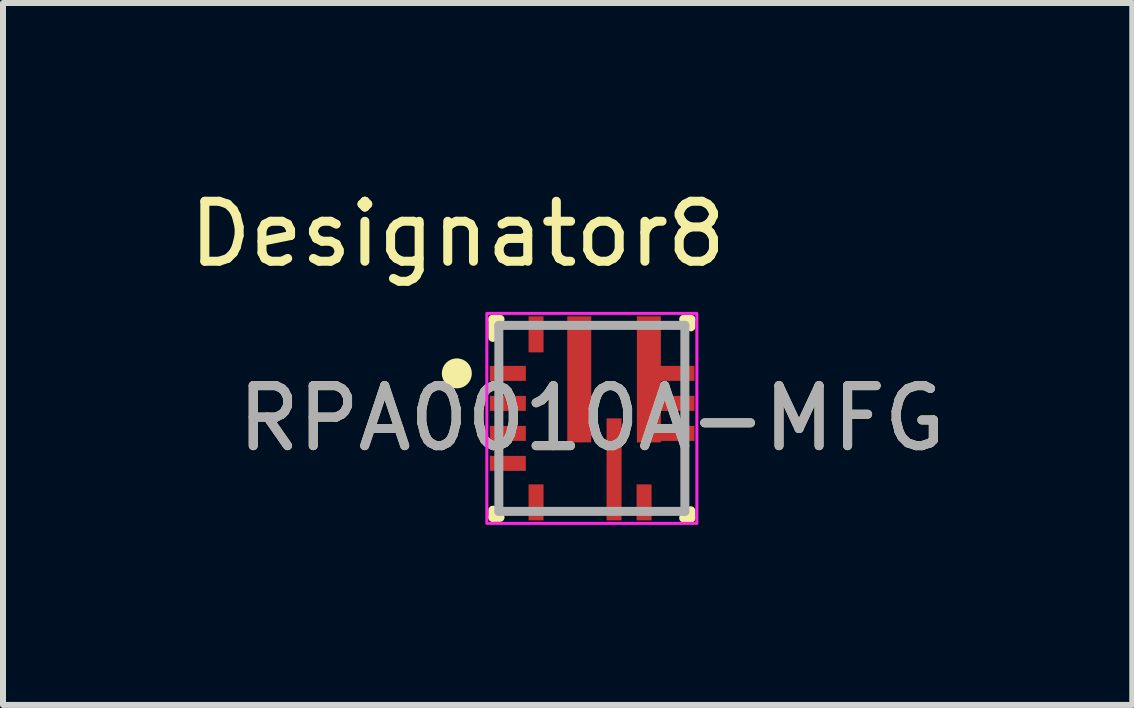
<source format=kicad_pcb>
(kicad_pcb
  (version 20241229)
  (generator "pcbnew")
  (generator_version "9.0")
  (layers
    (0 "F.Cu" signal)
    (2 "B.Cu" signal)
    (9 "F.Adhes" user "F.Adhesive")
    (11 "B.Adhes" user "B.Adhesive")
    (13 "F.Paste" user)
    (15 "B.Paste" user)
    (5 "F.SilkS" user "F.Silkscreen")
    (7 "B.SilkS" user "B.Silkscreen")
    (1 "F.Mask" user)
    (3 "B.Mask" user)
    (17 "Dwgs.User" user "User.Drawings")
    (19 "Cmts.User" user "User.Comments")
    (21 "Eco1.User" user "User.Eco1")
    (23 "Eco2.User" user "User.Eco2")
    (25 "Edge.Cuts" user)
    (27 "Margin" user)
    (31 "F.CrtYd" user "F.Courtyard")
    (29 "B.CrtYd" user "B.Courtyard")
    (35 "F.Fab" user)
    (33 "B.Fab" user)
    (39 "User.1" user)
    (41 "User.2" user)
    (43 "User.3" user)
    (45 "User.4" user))
  (footprint "RPA0010A-MFG"
    (layer "F.Cu")
    (at 6.813 3.922)
    (property "Reference" "RPA0010A-MFG" (at 0 0 0) (unlocked yes) (layer "F.SilkS") (effects (font (size 1 1) (thickness 0.15))))
    (attr smd)
    (fp_line (start -1.65 -1.65) (end -1.53 -1.65) (stroke (width 0.15) (type solid)) (layer "F.SilkS"))
    (fp_line (start -1.65 -1.35) (end -1.65 -1.65) (stroke (width 0.15) (type solid)) (layer "F.SilkS"))
    (fp_line (start -1.65 1.65) (end -1.65 1.53) (stroke (width 0.15) (type solid)) (layer "F.SilkS"))
    (fp_line (start -1.65 1.65) (end -1.53 1.65) (stroke (width 0.15) (type solid)) (layer "F.SilkS"))
    (fp_line (start 1.53 -1.65) (end 1.65 -1.65) (stroke (width 0.15) (type solid)) (layer "F.SilkS"))
    (fp_line (start 1.53 1.66) (end 1.65 1.66) (stroke (width 0.15) (type solid)) (layer "F.SilkS"))
    (fp_line (start 1.65 -1.525) (end 1.65 -1.645) (stroke (width 0.15) (type solid)) (layer "F.SilkS"))
    (fp_line (start 1.65 1.66) (end 1.65 1.54) (stroke (width 0.15) (type solid)) (layer "F.SilkS"))
    (fp_circle (center -2.25 -0.75) (end -2.125 -0.75) (stroke (width 0.25) (type solid)) (fill no) (layer "F.SilkS"))
    (fp_poly (pts (xy -0.41 0.345) (xy -0.41 -0.505) (xy -0.36 -0.555) (xy -0.06 -0.555) (xy -0.01 -0.505) (xy -0.01 0.345) (xy -0.06 0.395) (xy -0.36 0.395)) (stroke (width 0) (type solid)) (fill yes) (layer "F.Paste"))
    (fp_poly (pts (xy -0.36 -1.705) (xy -0.06 -1.705) (xy -0.01 -1.655) (xy -0.01 -0.805) (xy -0.06 -0.755) (xy -0.36 -0.755) (xy -0.41 -0.805) (xy -0.41 -1.655)) (stroke (width 0) (type solid)) (fill yes) (layer "F.Paste"))
    (fp_poly (pts (xy 0.245 1.655) (xy 0.245 1.005) (xy 0.295 0.955) (xy 0.445 0.955) (xy 0.495 1.005) (xy 0.495 1.655) (xy 0.445 1.705) (xy 0.295 1.705)) (stroke (width 0) (type solid)) (fill yes) (layer "F.Paste"))
    (fp_poly (pts (xy 0.445 0.005) (xy 0.495 0.055) (xy 0.495 0.705) (xy 0.445 0.755) (xy 0.295 0.755) (xy 0.245 0.705) (xy 0.245 0.055) (xy 0.295 0.005)) (stroke (width 0) (type solid)) (fill yes) (layer "F.Paste"))
    (fp_poly (pts (xy 0.75 0.345) (xy 0.75 -0.505) (xy 0.8 -0.555) (xy 1.1 -0.555) (xy 1.15 -0.505) (xy 1.15 0.345) (xy 1.1 0.395) (xy 0.8 0.395)) (stroke (width 0) (type solid)) (fill yes) (layer "F.Paste"))
    (fp_poly (pts (xy 0.8 -1.705) (xy 1.1 -1.705) (xy 1.15 -1.655) (xy 1.15 -0.805) (xy 1.1 -0.755) (xy 0.8 -0.755) (xy 0.75 -0.805) (xy 0.75 -1.655)) (stroke (width 0) (type solid)) (fill yes) (layer "F.Paste"))
    (fp_rect (start -1.75 -1.75) (end 1.75 1.75) (stroke (width 0.05) (type default)) (fill no) (layer "F.CrtYd"))
    (fp_line (start -1.55 -1.55) (end 1.55 -1.55) (stroke (width 0.15) (type solid)) (layer "F.Fab"))
    (fp_line (start -1.55 1.55) (end -1.55 -1.55) (stroke (width 0.15) (type solid)) (layer "F.Fab"))
    (fp_line (start -1.55 1.55) (end 1.55 1.55) (stroke (width 0.15) (type solid)) (layer "F.Fab"))
    (fp_line (start 1.55 1.55) (end 1.55 -1.55) (stroke (width 0.15) (type solid)) (layer "F.Fab"))
    (fp_text user "Designator8" (at -2.235 -3.073 0) (unlocked yes) (layer "F.SilkS") (effects (font (size 1 1) (thickness 0.15))))
    (fp_text user "${REFERENCE}" (at 0 0 0) (unlocked yes) (layer "F.Fab") (effects (font (size 1 1) (thickness 0.15))))
    (pad "1" smd rect (at -1.4 -0.75) (size 0.6 0.25) (layers "F.Cu" "F.Mask" "F.Paste"))
    (pad "2" smd rect (at -1.4 -0.25) (size 0.6 0.25) (layers "F.Cu" "F.Mask" "F.Paste"))
    (pad "3" smd rect (at -1.4 0.25) (size 0.6 0.25) (layers "F.Cu" "F.Mask" "F.Paste"))
    (pad "4" smd rect (at -1.4 0.75) (size 0.6 0.25) (layers "F.Cu" "F.Mask" "F.Paste"))
    (pad "5" smd rect (at -0.93 1.4 90) (size 0.6 0.25) (layers "F.Cu" "F.Mask" "F.Paste"))
    (pad "6" smd rect (at 0.37 0.85) (size 0.25 1.7) (layers "F.Cu" "F.Mask"))
    (pad "7" smd rect (at 0.87 1.4 90) (size 0.6 0.25) (layers "F.Cu" "F.Mask" "F.Paste"))
    (pad "8" smd rect (at 0.95 -0.65) (size 0.4 2.1) (layers "F.Cu" "F.Mask"))
    (pad "8" smd rect (at 1.41 -0.75 180) (size 0.6 0.25) (layers "F.Cu" "F.Mask" "F.Paste"))
    (pad "8" smd rect (at 1.41 -0.25 180) (size 0.6 0.25) (layers "F.Cu" "F.Mask" "F.Paste"))
    (pad "8" smd rect (at 1.41 0.25 180) (size 0.6 0.25) (layers "F.Cu" "F.Mask" "F.Paste"))
    (pad "9" smd rect (at -0.21 -0.65) (size 0.4 2.1) (layers "F.Cu" "F.Mask"))
    (pad "10" smd rect (at -0.93 -1.4 90) (size 0.6 0.25) (layers "F.Cu" "F.Mask" "F.Paste")))
  (gr_rect
    (start -3 -3)
    (end 15.819 8.697)
    (stroke (width 0.1) (type default))
    (fill no)
    (layer "Edge.Cuts")))
</source>
